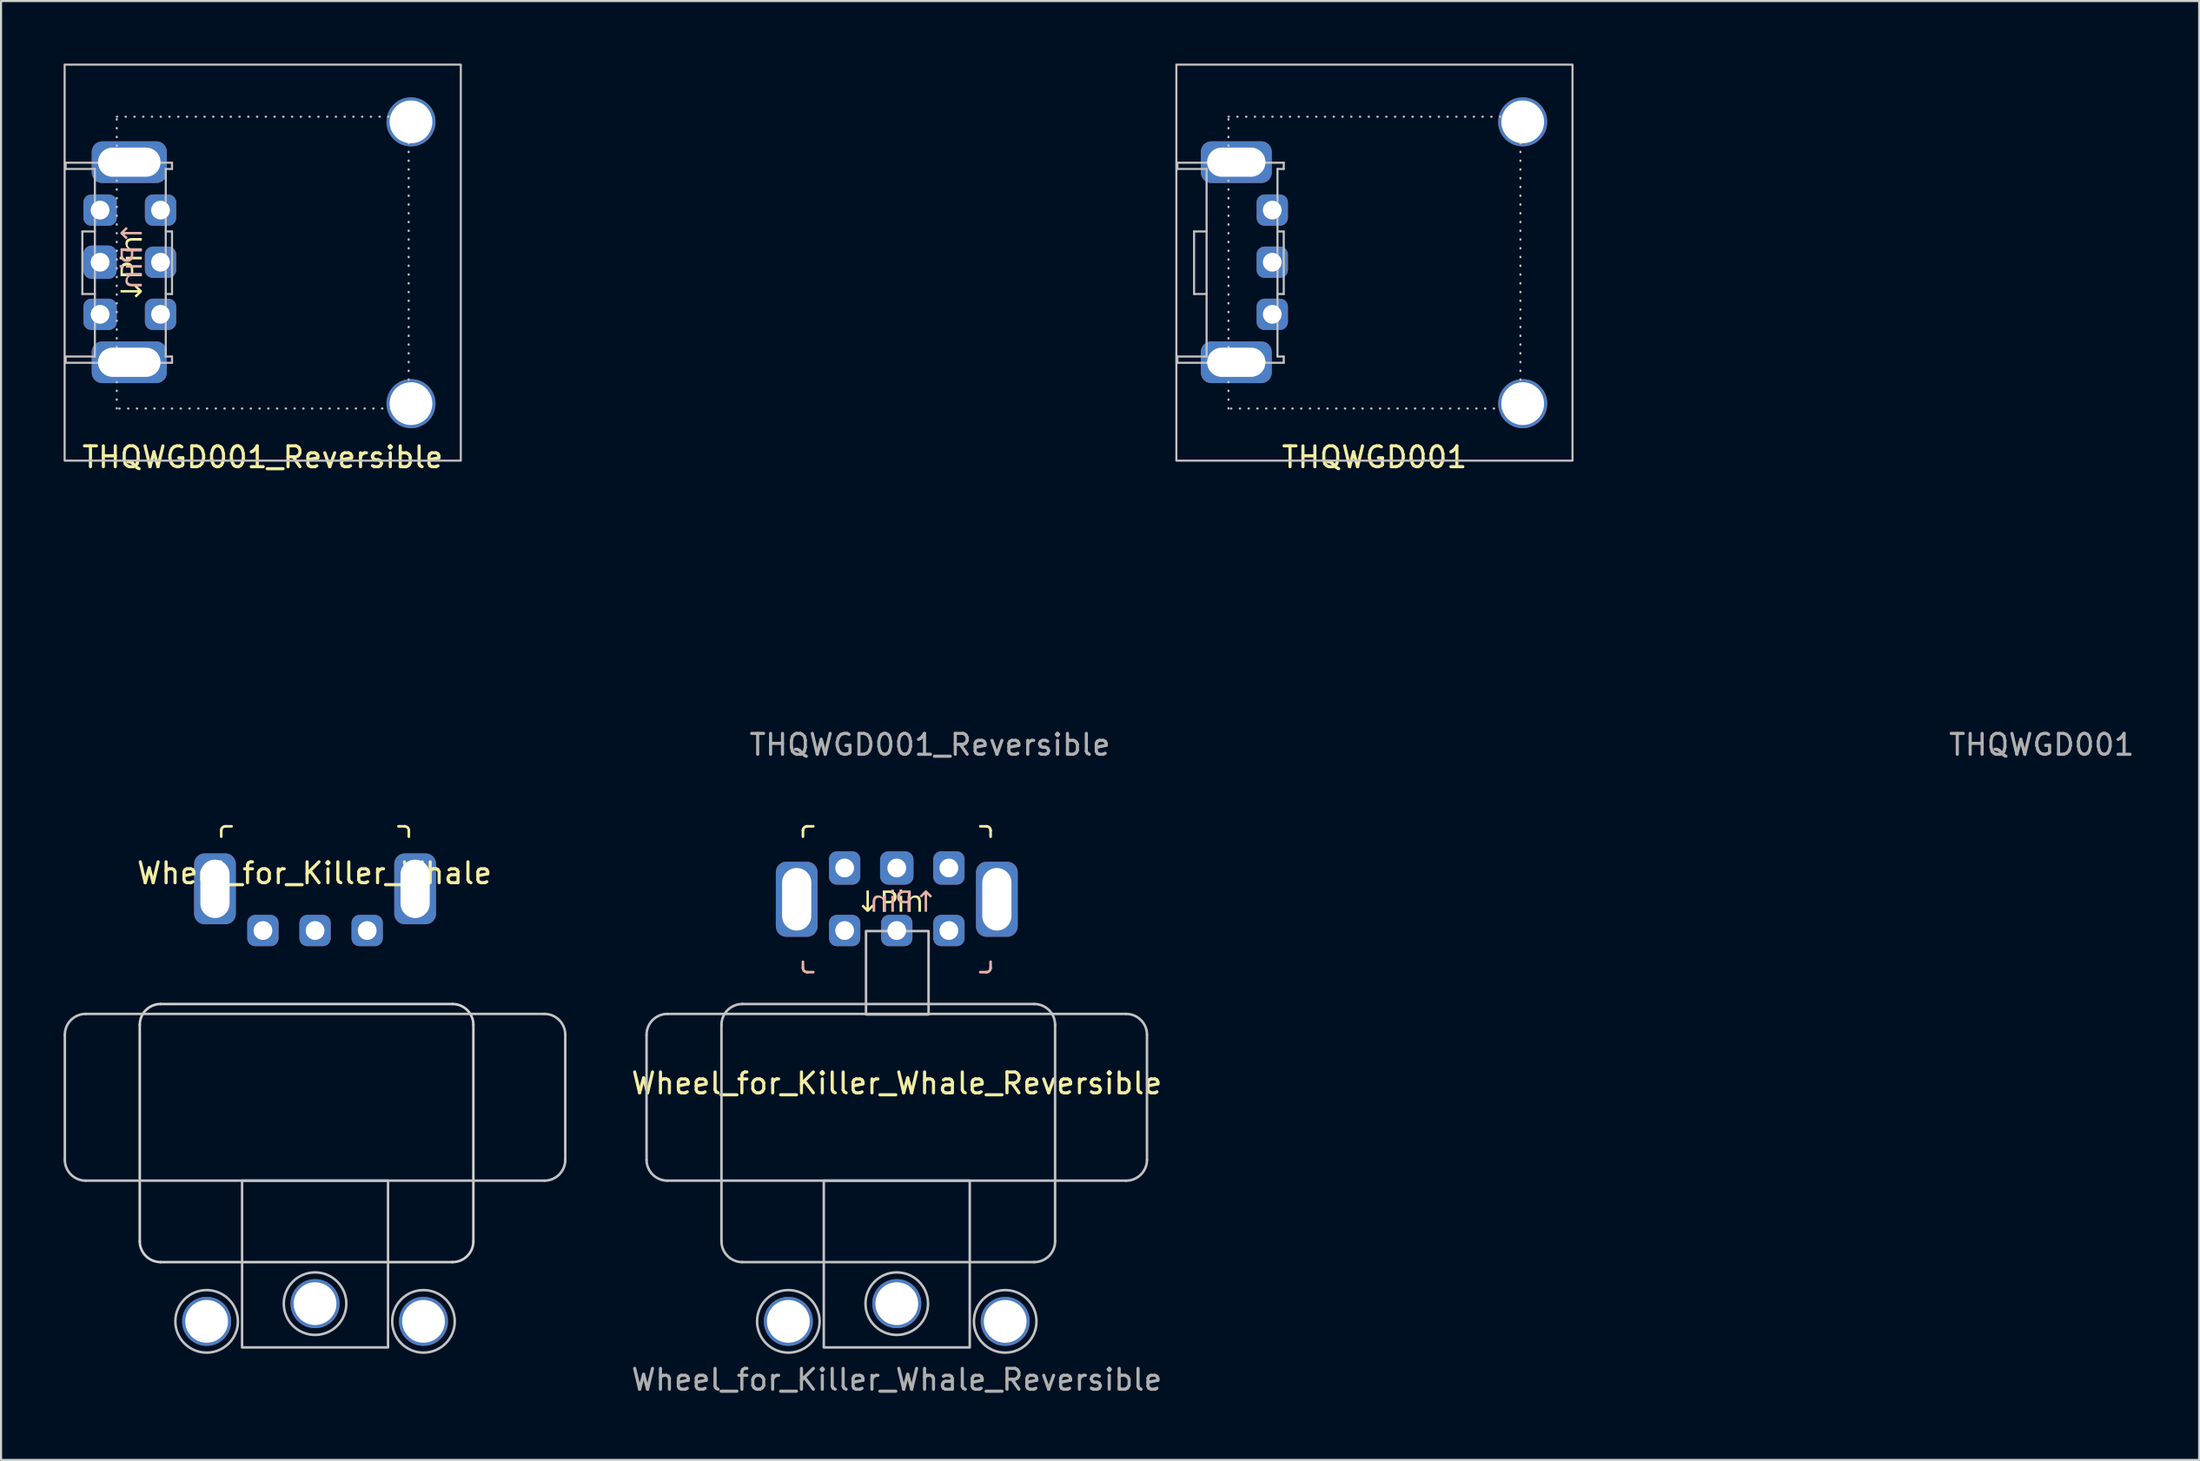
<source format=kicad_pcb>
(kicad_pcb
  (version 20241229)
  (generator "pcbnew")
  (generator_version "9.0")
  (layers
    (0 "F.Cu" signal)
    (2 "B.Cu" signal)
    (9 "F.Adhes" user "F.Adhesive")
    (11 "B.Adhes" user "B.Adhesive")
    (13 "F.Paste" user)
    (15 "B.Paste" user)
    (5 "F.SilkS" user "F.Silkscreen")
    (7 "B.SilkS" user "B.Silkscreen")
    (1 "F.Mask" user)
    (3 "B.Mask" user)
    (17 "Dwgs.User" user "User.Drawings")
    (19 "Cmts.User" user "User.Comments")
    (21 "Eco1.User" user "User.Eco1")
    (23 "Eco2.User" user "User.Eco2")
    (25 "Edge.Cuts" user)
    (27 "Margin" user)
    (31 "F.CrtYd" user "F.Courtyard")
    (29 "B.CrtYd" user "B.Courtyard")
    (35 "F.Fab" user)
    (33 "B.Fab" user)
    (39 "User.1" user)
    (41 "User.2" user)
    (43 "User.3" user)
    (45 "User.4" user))
  (footprint "Wheel_for_Killer_Whale"
    (layer "F.Cu")
    (at 12.06 39.592)
    (property "Reference" "Wheel_for_Killer_Whale" (at -0.025 -0.75 0) (unlocked yes) (layer "F.SilkS") (effects (font (size 1 1) (thickness 0.15))))
    (attr through_hole)
    (fp_line (start -4.5 -2.503) (end -4.5 -2.8) (stroke (width 0.127) (type solid)) (layer "F.SilkS"))
    (fp_line (start -4.003 -3) (end -4.3 -3) (stroke (width 0.127) (type solid)) (layer "F.SilkS"))
    (fp_line (start 4.297 -3) (end 4 -3) (stroke (width 0.127) (type solid)) (layer "F.SilkS"))
    (fp_line (start 4.497 -2.797) (end 4.497 -2.5) (stroke (width 0.127) (type solid)) (layer "F.SilkS"))
    (fp_arc (start -4.5 -2.8) (mid -4.441422 -2.941422) (end -4.3 -3) (stroke (width 0.127) (type default)) (layer "F.SilkS"))
    (fp_arc (start 4.2972 -3) (mid 4.438621 -2.941421) (end 4.4972 -2.8) (stroke (width 0.127) (type default)) (layer "F.SilkS"))
    (fp_line (start -12 7) (end -12 13) (stroke (width 0.12) (type solid)) (layer "Dwgs.User"))
    (fp_line (start -11 6) (end 11 6) (stroke (width 0.12) (type solid)) (layer "Dwgs.User"))
    (fp_line (start -11 14) (end 11 14) (stroke (width 0.12) (type solid)) (layer "Dwgs.User"))
    (fp_line (start 12 7) (end 12 13) (stroke (width 0.12) (type solid)) (layer "Dwgs.User"))
    (fp_rect (start -3.5 14) (end 3.5 22) (stroke (width 0.12) (type solid)) (fill no) (layer "Dwgs.User"))
    (fp_arc (start -12 7) (mid -11.707107 6.292893) (end -11 6) (stroke (width 0.12) (type solid)) (layer "Dwgs.User"))
    (fp_arc (start -11 14) (mid -11.707107 13.707107) (end -12 13) (stroke (width 0.12) (type solid)) (layer "Dwgs.User"))
    (fp_arc (start 11 6) (mid 11.707107 6.292893) (end 12 7) (stroke (width 0.12) (type solid)) (layer "Dwgs.User"))
    (fp_arc (start 12 13) (mid 11.707107 13.707107) (end 11 14) (stroke (width 0.12) (type solid)) (layer "Dwgs.User"))
    (fp_circle (center -5.2 20.75) (end -3.7 20.75) (stroke (width 0.12) (type solid)) (fill no) (layer "Dwgs.User"))
    (fp_circle (center 0 19.9) (end 1.5 19.9) (stroke (width 0.12) (type solid)) (fill no) (layer "Dwgs.User"))
    (fp_circle (center 5.2 20.75) (end 6.7 20.75) (stroke (width 0.12) (type solid)) (fill no) (layer "Dwgs.User"))
    (fp_line (start -8.407 6.525) (end -8.407 16.907) (stroke (width 0.12) (type solid)) (layer "Edge.Cuts"))
    (fp_line (start -7.407 17.907) (end 6.593 17.907) (stroke (width 0.12) (type solid)) (layer "Edge.Cuts"))
    (fp_line (start 6.593 5.525) (end -7.407 5.525) (stroke (width 0.12) (type solid)) (layer "Edge.Cuts"))
    (fp_line (start 7.593 16.907) (end 7.593 6.525) (stroke (width 0.12) (type solid)) (layer "Edge.Cuts"))
    (fp_arc (start -8.407107 6.525) (mid -8.114214 5.817892) (end -7.407107 5.525) (stroke (width 0.12) (type solid)) (layer "Edge.Cuts"))
    (fp_arc (start -7.407107 17.907107) (mid -8.114214 17.614214) (end -8.407107 16.907107) (stroke (width 0.12) (type solid)) (layer "Edge.Cuts"))
    (fp_arc (start 6.592893 5.525) (mid 7.300004 5.817891) (end 7.592893 6.525) (stroke (width 0.12) (type solid)) (layer "Edge.Cuts"))
    (fp_arc (start 7.592893 16.907107) (mid 7.299995 17.614207) (end 6.592893 17.907107) (stroke (width 0.12) (type solid)) (layer "Edge.Cuts"))
    (pad "A" thru_hole roundrect (at -2.5 2) (size 1.5 1.5) (drill 0.9) (layers "*.Cu" "B.Mask") (roundrect_rratio 0.25))
    (pad "B" thru_hole roundrect (at 0 2) (size 1.5 1.5) (drill 0.9) (layers "*.Cu" "B.Mask") (roundrect_rratio 0.25))
    (pad "C" thru_hole roundrect (at 2.5 2) (size 1.5 1.5) (drill 0.9) (layers "*.Cu" "B.Mask") (roundrect_rratio 0.25))
    (pad "MP" thru_hole circle (at -5.2 20.75) (size 2.35 2.35) (drill 2.05) (layers "*.Cu" "*.Mask"))
    (pad "MP" thru_hole roundrect (at -4.8 0 270) (size 3.4 2) (drill oval 2.8 1.4) (layers "*.Cu" "B.Mask") (roundrect_rratio 0.25))
    (pad "MP" thru_hole circle (at 0 19.9) (size 2.35 2.35) (drill 2.05) (layers "*.Cu" "*.Mask"))
    (pad "MP" thru_hole roundrect (at 4.8 0 90) (size 3.4 2) (drill oval 2.8 1.4) (layers "*.Cu" "B.Mask") (roundrect_rratio 0.25))
    (pad "MP" thru_hole circle (at 5.2 20.75) (size 2.35 2.35) (drill 2.05) (layers "*.Cu" "*.Mask")))
  (footprint "THQWGD001_Reversible"
    (layer "F.Cu")
    (at 9.55 9.555)
    (property "Reference" "THQWGD001_Reversible" (at 0 9.33 0) (unlocked yes) (layer "F.SilkS") (effects (font (size 1 1) (thickness 0.15))))
    (attr through_hole)
    (fp_line (start -9.45 -4.5) (end -9.45 -4.8) (stroke (width 0.1) (type default)) (layer "Dwgs.User"))
    (fp_line (start -9.45 -4.5) (end -8.05 -4.5) (stroke (width 0.1) (type default)) (layer "Dwgs.User"))
    (fp_line (start -9.45 4.5) (end -8.05 4.5) (stroke (width 0.1) (type default)) (layer "Dwgs.User"))
    (fp_line (start -9.45 4.8) (end -9.45 4.5) (stroke (width 0.1) (type default)) (layer "Dwgs.User"))
    (fp_line (start -9.45 4.8) (end -4.35 4.8) (stroke (width 0.1) (type default)) (layer "Dwgs.User"))
    (fp_line (start -8.65 1.5) (end -8.65 -1.5) (stroke (width 0.1) (type default)) (layer "Dwgs.User"))
    (fp_line (start -8.05 -1.5) (end -8.65 -1.5) (stroke (width 0.1) (type default)) (layer "Dwgs.User"))
    (fp_line (start -8.05 1.5) (end -8.65 1.5) (stroke (width 0.1) (type default)) (layer "Dwgs.User"))
    (fp_line (start -8.05 4.5) (end -8.05 -4.5) (stroke (width 0.1) (type default)) (layer "Dwgs.User"))
    (fp_line (start -6.8 -5) (end -7.1 -5) (stroke (width 0.1) (type default)) (layer "Dwgs.User"))
    (fp_line (start -6.8 -5) (end -7.1 -5) (stroke (width 0.1) (type default)) (layer "Dwgs.User"))
    (fp_line (start -6.8 -4.7) (end -6.8 -5) (stroke (width 0.1) (type default)) (layer "Dwgs.User"))
    (fp_line (start -6.8 -4.7) (end -6.8 -5) (stroke (width 0.1) (type default)) (layer "Dwgs.User"))
    (fp_line (start -4.65 -1.5) (end -4.35 -1.5) (stroke (width 0.1) (type default)) (layer "Dwgs.User"))
    (fp_line (start -4.65 4.5) (end -4.65 -4.5) (stroke (width 0.1) (type default)) (layer "Dwgs.User"))
    (fp_line (start -4.35 -4.8) (end -9.45 -4.8) (stroke (width 0.1) (type default)) (layer "Dwgs.User"))
    (fp_line (start -4.35 -4.5) (end -4.65 -4.5) (stroke (width 0.1) (type default)) (layer "Dwgs.User"))
    (fp_line (start -4.35 -4.5) (end -4.35 -4.8) (stroke (width 0.1) (type default)) (layer "Dwgs.User"))
    (fp_line (start -4.35 1.5) (end -4.65 1.5) (stroke (width 0.1) (type default)) (layer "Dwgs.User"))
    (fp_line (start -4.35 1.5) (end -4.35 -1.5) (stroke (width 0.1) (type default)) (layer "Dwgs.User"))
    (fp_line (start -4.35 4.5) (end -4.65 4.5) (stroke (width 0.1) (type default)) (layer "Dwgs.User"))
    (fp_line (start -4.35 4.8) (end -4.35 4.5) (stroke (width 0.1) (type default)) (layer "Dwgs.User"))
    (fp_rect (start -9.5 -9.505) (end 9.5 9.495) (stroke (width 0.1) (type default)) (fill no) (layer "Dwgs.User"))
    (fp_rect (start -7 -7.005) (end 7 6.995) (stroke (width 0.1) (type dot)) (fill no) (layer "Dwgs.User"))
    (fp_text user "↓Pin" (at -5.63 1.956 90) (unlocked yes) (layer "F.SilkS") (effects (font (face "ほにゃ字Re") (size 1 1) (thickness 0.1)) (justify left bottom)))
    (fp_text user "↑Pin" (at -5.63 -2.006 90) (unlocked yes) (layer "B.SilkS") (effects (font (face "ほにゃ字Re") (size 1 1) (thickness 0.1)) (justify left bottom mirror)))
    (fp_text user "${REFERENCE}" (at 32 23.125 0) (unlocked yes) (layer "F.Fab") (effects (font (size 1 1) (thickness 0.15))))
    (pad "A" thru_hole roundrect (at -7.8 2.475 90) (size 1.5 1.6) (drill 0.9) (layers "*.Cu" "F.Mask") (roundrect_rratio 0.25))
    (pad "A" thru_hole roundrect (at -4.9 2.475 90) (size 1.5 1.5) (drill 0.9) (layers "*.Cu" "B.Mask") (roundrect_rratio 0.25))
    (pad "B" thru_hole roundrect (at -7.8 -0.025 90) (size 1.6 1.6) (drill 0.9) (layers "*.Cu" "F.Mask") (roundrect_rratio 0.25))
    (pad "B" thru_hole roundrect (at -4.9 -0.025 90) (size 1.5 1.5) (drill 0.9) (layers "*.Cu" "B.Mask") (roundrect_rratio 0.25))
    (pad "C" thru_hole roundrect (at -7.8 -2.525 90) (size 1.5 1.6) (drill 0.9) (layers "*.Cu" "F.Mask") (roundrect_rratio 0.25))
    (pad "C" thru_hole roundrect (at -4.9 -2.525 90) (size 1.5 1.5) (drill 0.9) (layers "*.Cu" "B.Mask") (roundrect_rratio 0.25))
    (pad "MP" thru_hole roundrect (at -6.4 -4.825 180) (size 3.6 2) (drill oval 3 1.4) (layers "*.Cu" "*.Mask") (roundrect_rratio 0.25))
    (pad "MP" thru_hole roundrect (at -6.4 4.775) (size 3.6 2) (drill oval 3 1.4) (layers "*.Cu" "*.Mask") (roundrect_rratio 0.25))
    (pad "MP" thru_hole circle (at 7.111 -6.759) (size 2.35 2.35) (drill 2.05) (layers "*.Cu" "*.Mask"))
    (pad "MP" thru_hole circle (at 7.111 6.759) (size 2.35 2.35) (drill 2.05) (layers "*.Cu" "*.Mask")))
  (footprint "Wheel_for_Killer_Whale_Reversible"
    (layer "F.Cu")
    (at 39.959 39.592)
    (property "Reference" "Wheel_for_Killer_Whale_Reversible" (at 0 9.33 0) (unlocked yes) (layer "F.SilkS") (effects (font (size 1 1) (thickness 0.15))))
    (attr through_hole)
    (fp_line (start -4.5 -2.503) (end -4.5 -2.8) (stroke (width 0.127) (type solid)) (layer "F.SilkS"))
    (fp_line (start -4.003 -3) (end -4.3 -3) (stroke (width 0.127) (type solid)) (layer "F.SilkS"))
    (fp_line (start 4.3 -3) (end 4.003 -3) (stroke (width 0.127) (type solid)) (layer "F.SilkS"))
    (fp_line (start 4.5 -2.797) (end 4.5 -2.5) (stroke (width 0.127) (type solid)) (layer "F.SilkS"))
    (fp_arc (start -4.5 -2.8) (mid -4.441422 -2.941422) (end -4.3 -3) (stroke (width 0.127) (type default)) (layer "F.SilkS"))
    (fp_arc (start 4.3 -3) (mid 4.441422 -2.941422) (end 4.5 -2.8) (stroke (width 0.127) (type default)) (layer "F.SilkS"))
    (fp_line (start -4.5 3.5) (end -4.5 3.797) (stroke (width 0.127) (type solid)) (layer "B.SilkS"))
    (fp_line (start -4.003 3.997) (end -4.3 3.997) (stroke (width 0.127) (type solid)) (layer "B.SilkS"))
    (fp_line (start 4.3 3.997) (end 4.003 3.997) (stroke (width 0.127) (type solid)) (layer "B.SilkS"))
    (fp_line (start 4.5 3.794) (end 4.5 3.497) (stroke (width 0.127) (type solid)) (layer "B.SilkS"))
    (fp_arc (start -4.3 3.9972) (mid -4.44142 3.93862) (end -4.5 3.7972) (stroke (width 0.127) (type default)) (layer "B.SilkS"))
    (fp_arc (start 4.5 3.7972) (mid 4.441421 3.938621) (end 4.3 3.9972) (stroke (width 0.127) (type default)) (layer "B.SilkS"))
    (fp_line (start -12 7) (end -12 13) (stroke (width 0.12) (type solid)) (layer "Dwgs.User"))
    (fp_line (start -11 6) (end 11 6) (stroke (width 0.12) (type solid)) (layer "Dwgs.User"))
    (fp_line (start -11 14) (end 11 14) (stroke (width 0.12) (type solid)) (layer "Dwgs.User"))
    (fp_line (start -8.407 6.525) (end -8.407 16.907) (stroke (width 0.12) (type solid)) (layer "Dwgs.User"))
    (fp_line (start -7.407 17.907) (end 6.593 17.907) (stroke (width 0.12) (type solid)) (layer "Dwgs.User"))
    (fp_line (start 6.593 5.525) (end -7.407 5.525) (stroke (width 0.12) (type solid)) (layer "Dwgs.User"))
    (fp_line (start 7.593 16.907) (end 7.593 6.525) (stroke (width 0.12) (type solid)) (layer "Dwgs.User"))
    (fp_line (start 12 7) (end 12 13) (stroke (width 0.12) (type solid)) (layer "Dwgs.User"))
    (fp_rect (start -3.5 14) (end 3.5 22) (stroke (width 0.12) (type solid)) (fill no) (layer "Dwgs.User"))
    (fp_rect (start -1.475 6.025) (end 1.525 2.025) (stroke (width 0.12) (type solid)) (fill no) (layer "Dwgs.User"))
    (fp_arc (start -12 7) (mid -11.707107 6.292893) (end -11 6) (stroke (width 0.12) (type solid)) (layer "Dwgs.User"))
    (fp_arc (start -11 14) (mid -11.707107 13.707107) (end -12 13) (stroke (width 0.12) (type solid)) (layer "Dwgs.User"))
    (fp_arc (start -8.407107 6.525) (mid -8.114214 5.817893) (end -7.407107 5.525) (stroke (width 0.12) (type solid)) (layer "Dwgs.User"))
    (fp_arc (start -7.407107 17.907107) (mid -8.114214 17.614214) (end -8.407107 16.907107) (stroke (width 0.12) (type solid)) (layer "Dwgs.User"))
    (fp_arc (start 6.592893 5.525) (mid 7.300004 5.817891) (end 7.592893 6.525) (stroke (width 0.12) (type solid)) (layer "Dwgs.User"))
    (fp_arc (start 7.592893 16.907107) (mid 7.299994 17.614208) (end 6.592893 17.907107) (stroke (width 0.12) (type solid)) (layer "Dwgs.User"))
    (fp_arc (start 11 6) (mid 11.707107 6.292893) (end 12 7) (stroke (width 0.12) (type solid)) (layer "Dwgs.User"))
    (fp_arc (start 12 13) (mid 11.707107 13.707107) (end 11 14) (stroke (width 0.12) (type solid)) (layer "Dwgs.User"))
    (fp_circle (center -5.2 20.75) (end -3.7 20.75) (stroke (width 0.12) (type solid)) (fill no) (layer "Dwgs.User"))
    (fp_circle (center 0 19.9) (end 1.5 19.9) (stroke (width 0.12) (type solid)) (fill no) (layer "Dwgs.User"))
    (fp_circle (center 5.2 20.75) (end 6.7 20.75) (stroke (width 0.12) (type solid)) (fill no) (layer "Dwgs.User"))
    (fp_text user "↓Pin" (at -1.981 1.27 0) (unlocked yes) (layer "F.SilkS") (effects (font (face "ほにゃ字Re") (size 1 1) (thickness 0.1)) (justify left bottom)))
    (fp_text user "↑Pin" (at 1.981 1.27 0) (unlocked yes) (layer "B.SilkS") (effects (font (face "ほにゃ字Re") (size 1 1) (thickness 0.1)) (justify left bottom mirror)))
    (fp_text user "${REFERENCE}" (at 0 23.55 0) (unlocked yes) (layer "F.Fab") (effects (font (size 1 1) (thickness 0.15))))
    (pad "A" thru_hole roundrect (at -2.5 -1) (size 1.5 1.6) (drill 0.9) (layers "*.Cu" "F.Mask") (roundrect_rratio 0.25))
    (pad "A" thru_hole roundrect (at -2.5 2) (size 1.5 1.5) (drill 0.9) (layers "*.Cu" "B.Mask") (roundrect_rratio 0.25))
    (pad "B" thru_hole roundrect (at 0 -1) (size 1.6 1.6) (drill 0.9) (layers "*.Cu" "F.Mask") (roundrect_rratio 0.25))
    (pad "B" thru_hole roundrect (at 0 2) (size 1.5 1.5) (drill 0.9) (layers "*.Cu" "B.Mask") (roundrect_rratio 0.25))
    (pad "C" thru_hole roundrect (at 2.5 -1) (size 1.5 1.6) (drill 0.9) (layers "*.Cu" "F.Mask") (roundrect_rratio 0.25))
    (pad "C" thru_hole roundrect (at 2.5 2) (size 1.5 1.5) (drill 0.9) (layers "*.Cu" "B.Mask") (roundrect_rratio 0.25))
    (pad "MP" thru_hole circle (at -5.2 20.75) (size 2.35 2.35) (drill 2.05) (layers "*.Cu" "*.Mask"))
    (pad "MP" thru_hole roundrect (at -4.8 0.5 270) (size 3.6 2) (drill oval 3 1.4) (layers "*.Cu" "*.Mask") (roundrect_rratio 0.25))
    (pad "MP" thru_hole circle (at 0 19.9) (size 2.35 2.35) (drill 2.05) (layers "*.Cu" "*.Mask"))
    (pad "MP" thru_hole roundrect (at 4.8 0.5 90) (size 3.6 2) (drill oval 3 1.4) (layers "*.Cu" "*.Mask") (roundrect_rratio 0.25))
    (pad "MP" thru_hole circle (at 5.2 20.75) (size 2.35 2.35) (drill 2.05) (layers "*.Cu" "*.Mask")))
  (footprint "THQWGD001"
    (layer "F.Cu")
    (at 62.868 9.555)
    (property "Reference" "THQWGD001" (at 0 9.33 0) (unlocked yes) (layer "F.SilkS") (effects (font (size 1 1) (thickness 0.15))))
    (attr through_hole)
    (fp_line (start -9.45 -4.5) (end -9.45 -4.8) (stroke (width 0.1) (type default)) (layer "Dwgs.User"))
    (fp_line (start -9.45 -4.5) (end -8.05 -4.5) (stroke (width 0.1) (type default)) (layer "Dwgs.User"))
    (fp_line (start -9.45 4.5) (end -8.05 4.5) (stroke (width 0.1) (type default)) (layer "Dwgs.User"))
    (fp_line (start -9.45 4.8) (end -9.45 4.5) (stroke (width 0.1) (type default)) (layer "Dwgs.User"))
    (fp_line (start -9.45 4.8) (end -4.35 4.8) (stroke (width 0.1) (type default)) (layer "Dwgs.User"))
    (fp_line (start -8.65 1.5) (end -8.65 -1.5) (stroke (width 0.1) (type default)) (layer "Dwgs.User"))
    (fp_line (start -8.05 -1.5) (end -8.65 -1.5) (stroke (width 0.1) (type default)) (layer "Dwgs.User"))
    (fp_line (start -8.05 1.5) (end -8.65 1.5) (stroke (width 0.1) (type default)) (layer "Dwgs.User"))
    (fp_line (start -8.05 4.5) (end -8.05 -4.5) (stroke (width 0.1) (type default)) (layer "Dwgs.User"))
    (fp_line (start -4.65 -1.5) (end -4.35 -1.5) (stroke (width 0.1) (type default)) (layer "Dwgs.User"))
    (fp_line (start -4.65 4.5) (end -4.65 -4.5) (stroke (width 0.1) (type default)) (layer "Dwgs.User"))
    (fp_line (start -4.35 -4.8) (end -9.45 -4.8) (stroke (width 0.1) (type default)) (layer "Dwgs.User"))
    (fp_line (start -4.35 -4.5) (end -4.65 -4.5) (stroke (width 0.1) (type default)) (layer "Dwgs.User"))
    (fp_line (start -4.35 -4.5) (end -4.35 -4.8) (stroke (width 0.1) (type default)) (layer "Dwgs.User"))
    (fp_line (start -4.35 1.5) (end -4.65 1.5) (stroke (width 0.1) (type default)) (layer "Dwgs.User"))
    (fp_line (start -4.35 1.5) (end -4.35 -1.5) (stroke (width 0.1) (type default)) (layer "Dwgs.User"))
    (fp_line (start -4.35 4.5) (end -4.65 4.5) (stroke (width 0.1) (type default)) (layer "Dwgs.User"))
    (fp_line (start -4.35 4.8) (end -4.35 4.5) (stroke (width 0.1) (type default)) (layer "Dwgs.User"))
    (fp_rect (start -9.5 -9.505) (end 9.5 9.495) (stroke (width 0.1) (type default)) (fill no) (layer "Dwgs.User"))
    (fp_rect (start -7 -7.005) (end 7 6.995) (stroke (width 0.1) (type dot)) (fill no) (layer "Dwgs.User"))
    (fp_text user "${REFERENCE}" (at 32 23.125 0) (unlocked yes) (layer "F.Fab") (effects (font (size 1 1) (thickness 0.15))))
    (pad "A" thru_hole roundrect (at -4.9 2.475 90) (size 1.5 1.5) (drill 0.9) (layers "*.Cu" "B.Mask") (roundrect_rratio 0.25))
    (pad "B" thru_hole roundrect (at -4.9 -0.025 90) (size 1.5 1.5) (drill 0.9) (layers "*.Cu" "B.Mask") (roundrect_rratio 0.25))
    (pad "C" thru_hole roundrect (at -4.9 -2.525 90) (size 1.5 1.5) (drill 0.9) (layers "*.Cu" "B.Mask") (roundrect_rratio 0.25))
    (pad "MP" thru_hole roundrect (at -6.625 -4.825 180) (size 3.4 2) (drill oval 2.8 1.4) (layers "*.Cu" "B.Mask") (roundrect_rratio 0.25))
    (pad "MP" thru_hole roundrect (at -6.625 4.775) (size 3.4 2) (drill oval 2.8 1.4) (layers "*.Cu" "B.Mask") (roundrect_rratio 0.25))
    (pad "MP" thru_hole circle (at 7.111 -6.759) (size 2.35 2.35) (drill 2.05) (layers "*.Cu" "*.Mask"))
    (pad "MP" thru_hole circle (at 7.111 6.759) (size 2.35 2.35) (drill 2.05) (layers "*.Cu" "*.Mask")))
  (gr_rect
    (start -3 -3)
    (end 102.421 66.99)
    (stroke (width 0.1) (type default))
    (fill no)
    (layer "Edge.Cuts")))
</source>
